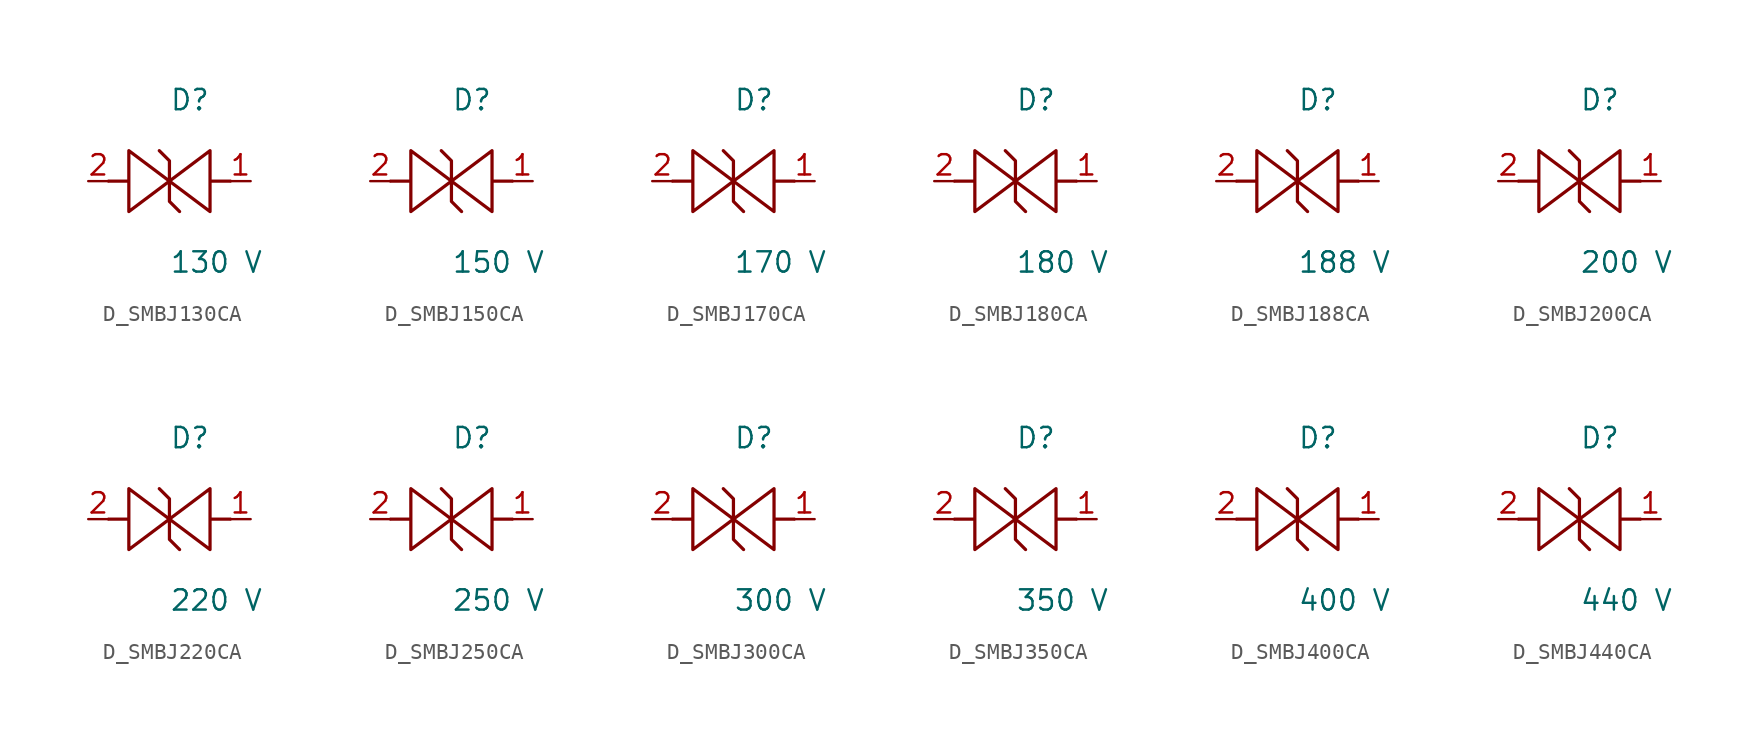
<source format=kicad_sym>
(kicad_symbol_lib
  (version 20231120)
  (generator kicad_symbol_editor)
  (generator_version 8.0)
  (symbol "D_SMBJ130CA"
    (pin_names
      (offset 0.254))
    (property "Reference" "D"
      (at 0.0 5.08 0)
      (effects (font (size 1.27 1.27)) (justify left)))
    (property "Value" "130 V"
      (at 0.0 -5.08 0)
      (effects (font (size 1.27 1.27)) (justify left)))
    (symbol "D_SMBJ130CA_1_0"
      (polyline (pts (xy 3.81 0) (xy 2.54 0) (xy 2.54 1.905) (xy 0 0) (xy 0 1.27) (xy -0.635 1.905) (xy 0 1.27) (xy 0 0) (xy -2.54 1.905) (xy -2.54 0) (xy -3.81 0) (xy -2.54 0) (xy -2.54 -1.905) (xy 0 0) (xy 0 -1.27) (xy 0.635 -1.905) (xy 0 -1.27) (xy 0 0) (xy 2.54 -1.905) (xy 2.54 0)) (stroke (width 0.203) (type default)) (fill (type none)))
      (pin unspecified line (at 5.08 0 180) (length 1.27) (name "" (effects (font (size 1.27 1.27)))) (number "1" (effects (font (size 1.27 1.27)))))
      (pin unspecified line (at -5.08 0 0) (length 1.27) (name "" (effects (font (size 1.27 1.27)))) (number "2" (effects (font (size 1.27 1.27)))))))
  (symbol "D_SMBJ150CA"
    (pin_names
      (offset 0.254))
    (property "Reference" "D"
      (at 0.0 5.08 0)
      (effects (font (size 1.27 1.27)) (justify left)))
    (property "Value" "150 V"
      (at 0.0 -5.08 0)
      (effects (font (size 1.27 1.27)) (justify left)))
    (symbol "D_SMBJ150CA_1_0"
      (polyline (pts (xy 3.81 0) (xy 2.54 0) (xy 2.54 1.905) (xy 0 0) (xy 0 1.27) (xy -0.635 1.905) (xy 0 1.27) (xy 0 0) (xy -2.54 1.905) (xy -2.54 0) (xy -3.81 0) (xy -2.54 0) (xy -2.54 -1.905) (xy 0 0) (xy 0 -1.27) (xy 0.635 -1.905) (xy 0 -1.27) (xy 0 0) (xy 2.54 -1.905) (xy 2.54 0)) (stroke (width 0.203) (type default)) (fill (type none)))
      (pin unspecified line (at 5.08 0 180) (length 1.27) (name "" (effects (font (size 1.27 1.27)))) (number "1" (effects (font (size 1.27 1.27)))))
      (pin unspecified line (at -5.08 0 0) (length 1.27) (name "" (effects (font (size 1.27 1.27)))) (number "2" (effects (font (size 1.27 1.27)))))))
  (symbol "D_SMBJ170CA"
    (pin_names
      (offset 0.254))
    (property "Reference" "D"
      (at 0.0 5.08 0)
      (effects (font (size 1.27 1.27)) (justify left)))
    (property "Value" "170 V"
      (at 0.0 -5.08 0)
      (effects (font (size 1.27 1.27)) (justify left)))
    (symbol "D_SMBJ170CA_1_0"
      (polyline (pts (xy 3.81 0) (xy 2.54 0) (xy 2.54 1.905) (xy 0 0) (xy 0 1.27) (xy -0.635 1.905) (xy 0 1.27) (xy 0 0) (xy -2.54 1.905) (xy -2.54 0) (xy -3.81 0) (xy -2.54 0) (xy -2.54 -1.905) (xy 0 0) (xy 0 -1.27) (xy 0.635 -1.905) (xy 0 -1.27) (xy 0 0) (xy 2.54 -1.905) (xy 2.54 0)) (stroke (width 0.203) (type default)) (fill (type none)))
      (pin unspecified line (at 5.08 0 180) (length 1.27) (name "" (effects (font (size 1.27 1.27)))) (number "1" (effects (font (size 1.27 1.27)))))
      (pin unspecified line (at -5.08 0 0) (length 1.27) (name "" (effects (font (size 1.27 1.27)))) (number "2" (effects (font (size 1.27 1.27)))))))
  (symbol "D_SMBJ180CA"
    (pin_names
      (offset 0.254))
    (property "Reference" "D"
      (at 0.0 5.08 0)
      (effects (font (size 1.27 1.27)) (justify left)))
    (property "Value" "180 V"
      (at 0.0 -5.08 0)
      (effects (font (size 1.27 1.27)) (justify left)))
    (symbol "D_SMBJ180CA_1_0"
      (polyline (pts (xy 3.81 0) (xy 2.54 0) (xy 2.54 1.905) (xy 0 0) (xy 0 1.27) (xy -0.635 1.905) (xy 0 1.27) (xy 0 0) (xy -2.54 1.905) (xy -2.54 0) (xy -3.81 0) (xy -2.54 0) (xy -2.54 -1.905) (xy 0 0) (xy 0 -1.27) (xy 0.635 -1.905) (xy 0 -1.27) (xy 0 0) (xy 2.54 -1.905) (xy 2.54 0)) (stroke (width 0.203) (type default)) (fill (type none)))
      (pin unspecified line (at 5.08 0 180) (length 1.27) (name "" (effects (font (size 1.27 1.27)))) (number "1" (effects (font (size 1.27 1.27)))))
      (pin unspecified line (at -5.08 0 0) (length 1.27) (name "" (effects (font (size 1.27 1.27)))) (number "2" (effects (font (size 1.27 1.27)))))))
  (symbol "D_SMBJ188CA"
    (pin_names
      (offset 0.254))
    (property "Reference" "D"
      (at 0.0 5.08 0)
      (effects (font (size 1.27 1.27)) (justify left)))
    (property "Value" "188 V"
      (at 0.0 -5.08 0)
      (effects (font (size 1.27 1.27)) (justify left)))
    (symbol "D_SMBJ188CA_1_0"
      (polyline (pts (xy 3.81 0) (xy 2.54 0) (xy 2.54 1.905) (xy 0 0) (xy 0 1.27) (xy -0.635 1.905) (xy 0 1.27) (xy 0 0) (xy -2.54 1.905) (xy -2.54 0) (xy -3.81 0) (xy -2.54 0) (xy -2.54 -1.905) (xy 0 0) (xy 0 -1.27) (xy 0.635 -1.905) (xy 0 -1.27) (xy 0 0) (xy 2.54 -1.905) (xy 2.54 0)) (stroke (width 0.203) (type default)) (fill (type none)))
      (pin unspecified line (at 5.08 0 180) (length 1.27) (name "" (effects (font (size 1.27 1.27)))) (number "1" (effects (font (size 1.27 1.27)))))
      (pin unspecified line (at -5.08 0 0) (length 1.27) (name "" (effects (font (size 1.27 1.27)))) (number "2" (effects (font (size 1.27 1.27)))))))
  (symbol "D_SMBJ200CA"
    (pin_names
      (offset 0.254))
    (property "Reference" "D"
      (at 0.0 5.08 0)
      (effects (font (size 1.27 1.27)) (justify left)))
    (property "Value" "200 V"
      (at 0.0 -5.08 0)
      (effects (font (size 1.27 1.27)) (justify left)))
    (symbol "D_SMBJ200CA_1_0"
      (polyline (pts (xy 3.81 0) (xy 2.54 0) (xy 2.54 1.905) (xy 0 0) (xy 0 1.27) (xy -0.635 1.905) (xy 0 1.27) (xy 0 0) (xy -2.54 1.905) (xy -2.54 0) (xy -3.81 0) (xy -2.54 0) (xy -2.54 -1.905) (xy 0 0) (xy 0 -1.27) (xy 0.635 -1.905) (xy 0 -1.27) (xy 0 0) (xy 2.54 -1.905) (xy 2.54 0)) (stroke (width 0.203) (type default)) (fill (type none)))
      (pin unspecified line (at 5.08 0 180) (length 1.27) (name "" (effects (font (size 1.27 1.27)))) (number "1" (effects (font (size 1.27 1.27)))))
      (pin unspecified line (at -5.08 0 0) (length 1.27) (name "" (effects (font (size 1.27 1.27)))) (number "2" (effects (font (size 1.27 1.27)))))))
  (symbol "D_SMBJ220CA"
    (pin_names
      (offset 0.254))
    (property "Reference" "D"
      (at 0.0 5.08 0)
      (effects (font (size 1.27 1.27)) (justify left)))
    (property "Value" "220 V"
      (at 0.0 -5.08 0)
      (effects (font (size 1.27 1.27)) (justify left)))
    (symbol "D_SMBJ220CA_1_0"
      (polyline (pts (xy 3.81 0) (xy 2.54 0) (xy 2.54 1.905) (xy 0 0) (xy 0 1.27) (xy -0.635 1.905) (xy 0 1.27) (xy 0 0) (xy -2.54 1.905) (xy -2.54 0) (xy -3.81 0) (xy -2.54 0) (xy -2.54 -1.905) (xy 0 0) (xy 0 -1.27) (xy 0.635 -1.905) (xy 0 -1.27) (xy 0 0) (xy 2.54 -1.905) (xy 2.54 0)) (stroke (width 0.203) (type default)) (fill (type none)))
      (pin unspecified line (at 5.08 0 180) (length 1.27) (name "" (effects (font (size 1.27 1.27)))) (number "1" (effects (font (size 1.27 1.27)))))
      (pin unspecified line (at -5.08 0 0) (length 1.27) (name "" (effects (font (size 1.27 1.27)))) (number "2" (effects (font (size 1.27 1.27)))))))
  (symbol "D_SMBJ250CA"
    (pin_names
      (offset 0.254))
    (property "Reference" "D"
      (at 0.0 5.08 0)
      (effects (font (size 1.27 1.27)) (justify left)))
    (property "Value" "250 V"
      (at 0.0 -5.08 0)
      (effects (font (size 1.27 1.27)) (justify left)))
    (symbol "D_SMBJ250CA_1_0"
      (polyline (pts (xy 3.81 0) (xy 2.54 0) (xy 2.54 1.905) (xy 0 0) (xy 0 1.27) (xy -0.635 1.905) (xy 0 1.27) (xy 0 0) (xy -2.54 1.905) (xy -2.54 0) (xy -3.81 0) (xy -2.54 0) (xy -2.54 -1.905) (xy 0 0) (xy 0 -1.27) (xy 0.635 -1.905) (xy 0 -1.27) (xy 0 0) (xy 2.54 -1.905) (xy 2.54 0)) (stroke (width 0.203) (type default)) (fill (type none)))
      (pin unspecified line (at 5.08 0 180) (length 1.27) (name "" (effects (font (size 1.27 1.27)))) (number "1" (effects (font (size 1.27 1.27)))))
      (pin unspecified line (at -5.08 0 0) (length 1.27) (name "" (effects (font (size 1.27 1.27)))) (number "2" (effects (font (size 1.27 1.27)))))))
  (symbol "D_SMBJ300CA"
    (pin_names
      (offset 0.254))
    (property "Reference" "D"
      (at 0.0 5.08 0)
      (effects (font (size 1.27 1.27)) (justify left)))
    (property "Value" "300 V"
      (at 0.0 -5.08 0)
      (effects (font (size 1.27 1.27)) (justify left)))
    (symbol "D_SMBJ300CA_1_0"
      (polyline (pts (xy 3.81 0) (xy 2.54 0) (xy 2.54 1.905) (xy 0 0) (xy 0 1.27) (xy -0.635 1.905) (xy 0 1.27) (xy 0 0) (xy -2.54 1.905) (xy -2.54 0) (xy -3.81 0) (xy -2.54 0) (xy -2.54 -1.905) (xy 0 0) (xy 0 -1.27) (xy 0.635 -1.905) (xy 0 -1.27) (xy 0 0) (xy 2.54 -1.905) (xy 2.54 0)) (stroke (width 0.203) (type default)) (fill (type none)))
      (pin unspecified line (at 5.08 0 180) (length 1.27) (name "" (effects (font (size 1.27 1.27)))) (number "1" (effects (font (size 1.27 1.27)))))
      (pin unspecified line (at -5.08 0 0) (length 1.27) (name "" (effects (font (size 1.27 1.27)))) (number "2" (effects (font (size 1.27 1.27)))))))
  (symbol "D_SMBJ350CA"
    (pin_names
      (offset 0.254))
    (property "Reference" "D"
      (at 0.0 5.08 0)
      (effects (font (size 1.27 1.27)) (justify left)))
    (property "Value" "350 V"
      (at 0.0 -5.08 0)
      (effects (font (size 1.27 1.27)) (justify left)))
    (symbol "D_SMBJ350CA_1_0"
      (polyline (pts (xy 3.81 0) (xy 2.54 0) (xy 2.54 1.905) (xy 0 0) (xy 0 1.27) (xy -0.635 1.905) (xy 0 1.27) (xy 0 0) (xy -2.54 1.905) (xy -2.54 0) (xy -3.81 0) (xy -2.54 0) (xy -2.54 -1.905) (xy 0 0) (xy 0 -1.27) (xy 0.635 -1.905) (xy 0 -1.27) (xy 0 0) (xy 2.54 -1.905) (xy 2.54 0)) (stroke (width 0.203) (type default)) (fill (type none)))
      (pin unspecified line (at 5.08 0 180) (length 1.27) (name "" (effects (font (size 1.27 1.27)))) (number "1" (effects (font (size 1.27 1.27)))))
      (pin unspecified line (at -5.08 0 0) (length 1.27) (name "" (effects (font (size 1.27 1.27)))) (number "2" (effects (font (size 1.27 1.27)))))))
  (symbol "D_SMBJ400CA"
    (pin_names
      (offset 0.254))
    (property "Reference" "D"
      (at 0.0 5.08 0)
      (effects (font (size 1.27 1.27)) (justify left)))
    (property "Value" "400 V"
      (at 0.0 -5.08 0)
      (effects (font (size 1.27 1.27)) (justify left)))
    (symbol "D_SMBJ400CA_1_0"
      (polyline (pts (xy 3.81 0) (xy 2.54 0) (xy 2.54 1.905) (xy 0 0) (xy 0 1.27) (xy -0.635 1.905) (xy 0 1.27) (xy 0 0) (xy -2.54 1.905) (xy -2.54 0) (xy -3.81 0) (xy -2.54 0) (xy -2.54 -1.905) (xy 0 0) (xy 0 -1.27) (xy 0.635 -1.905) (xy 0 -1.27) (xy 0 0) (xy 2.54 -1.905) (xy 2.54 0)) (stroke (width 0.203) (type default)) (fill (type none)))
      (pin unspecified line (at 5.08 0 180) (length 1.27) (name "" (effects (font (size 1.27 1.27)))) (number "1" (effects (font (size 1.27 1.27)))))
      (pin unspecified line (at -5.08 0 0) (length 1.27) (name "" (effects (font (size 1.27 1.27)))) (number "2" (effects (font (size 1.27 1.27)))))))
  (symbol "D_SMBJ440CA"
    (pin_names
      (offset 0.254))
    (property "Reference" "D"
      (at 0.0 5.08 0)
      (effects (font (size 1.27 1.27)) (justify left)))
    (property "Value" "440 V"
      (at 0.0 -5.08 0)
      (effects (font (size 1.27 1.27)) (justify left)))
    (symbol "D_SMBJ440CA_1_0"
      (polyline (pts (xy 3.81 0) (xy 2.54 0) (xy 2.54 1.905) (xy 0 0) (xy 0 1.27) (xy -0.635 1.905) (xy 0 1.27) (xy 0 0) (xy -2.54 1.905) (xy -2.54 0) (xy -3.81 0) (xy -2.54 0) (xy -2.54 -1.905) (xy 0 0) (xy 0 -1.27) (xy 0.635 -1.905) (xy 0 -1.27) (xy 0 0) (xy 2.54 -1.905) (xy 2.54 0)) (stroke (width 0.203) (type default)) (fill (type none)))
      (pin unspecified line (at 5.08 0 180) (length 1.27) (name "" (effects (font (size 1.27 1.27)))) (number "1" (effects (font (size 1.27 1.27)))))
      (pin unspecified line (at -5.08 0 0) (length 1.27) (name "" (effects (font (size 1.27 1.27)))) (number "2" (effects (font (size 1.27 1.27))))))))
</source>
